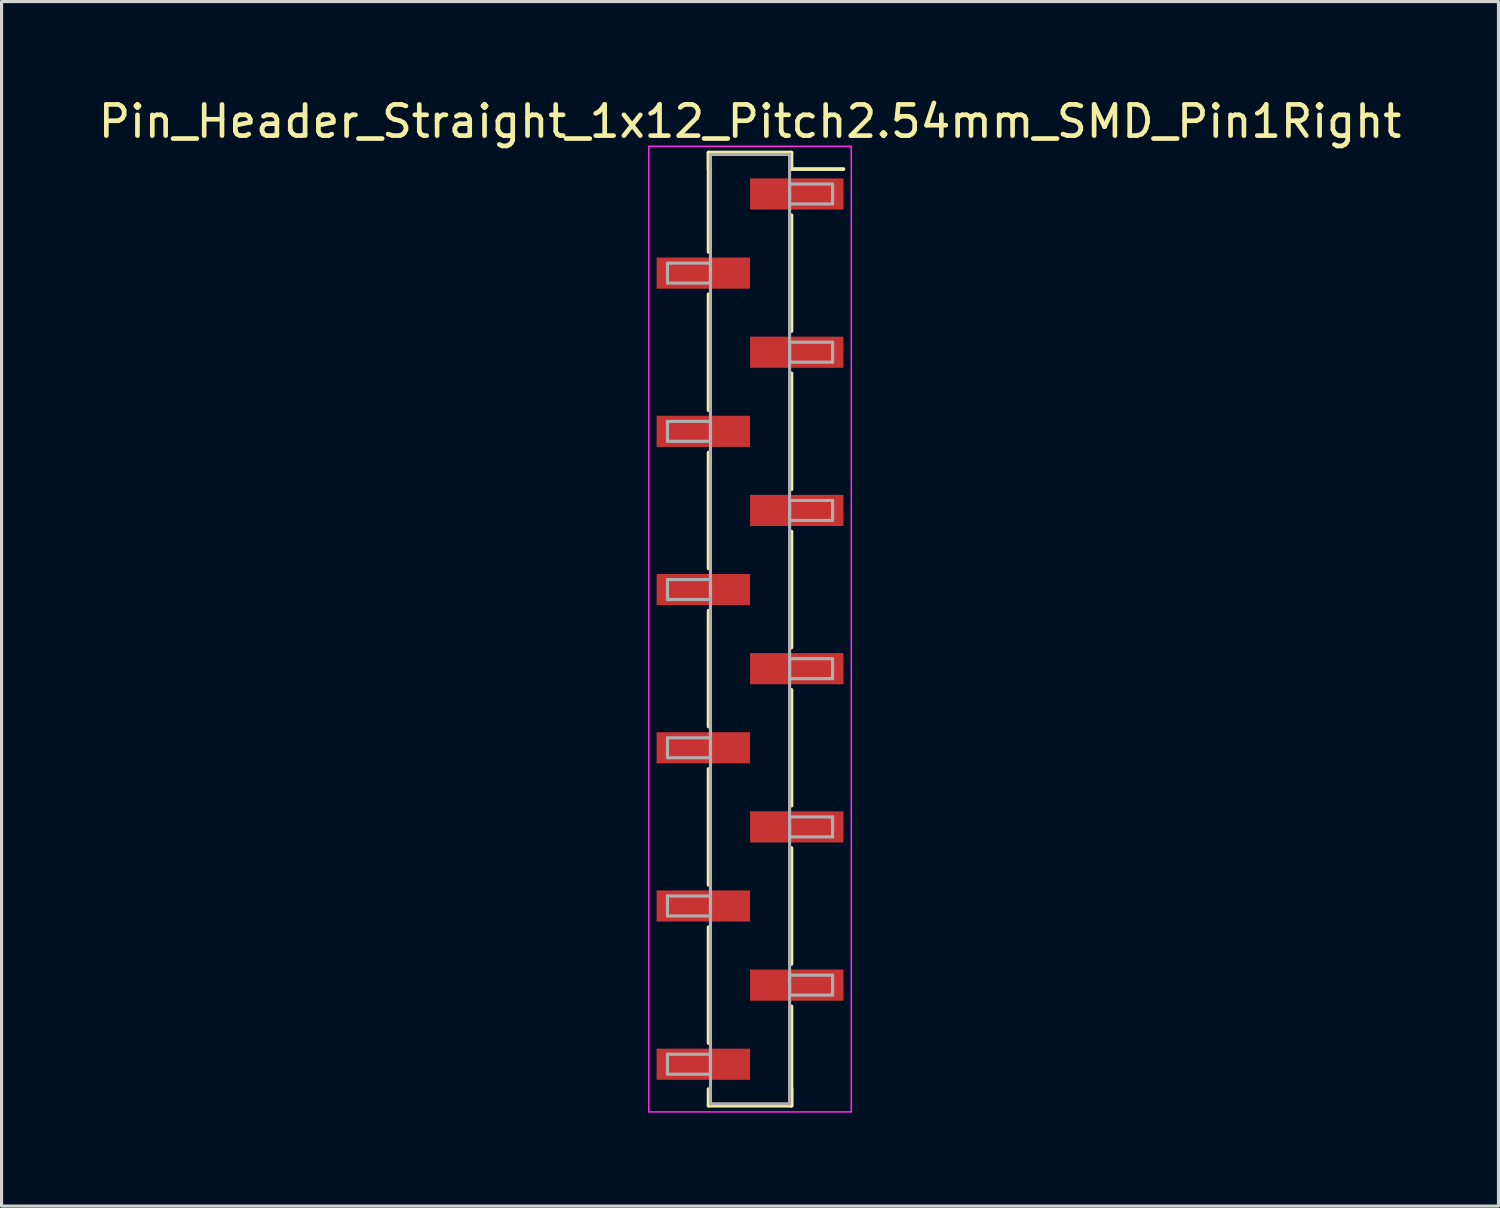
<source format=kicad_pcb>
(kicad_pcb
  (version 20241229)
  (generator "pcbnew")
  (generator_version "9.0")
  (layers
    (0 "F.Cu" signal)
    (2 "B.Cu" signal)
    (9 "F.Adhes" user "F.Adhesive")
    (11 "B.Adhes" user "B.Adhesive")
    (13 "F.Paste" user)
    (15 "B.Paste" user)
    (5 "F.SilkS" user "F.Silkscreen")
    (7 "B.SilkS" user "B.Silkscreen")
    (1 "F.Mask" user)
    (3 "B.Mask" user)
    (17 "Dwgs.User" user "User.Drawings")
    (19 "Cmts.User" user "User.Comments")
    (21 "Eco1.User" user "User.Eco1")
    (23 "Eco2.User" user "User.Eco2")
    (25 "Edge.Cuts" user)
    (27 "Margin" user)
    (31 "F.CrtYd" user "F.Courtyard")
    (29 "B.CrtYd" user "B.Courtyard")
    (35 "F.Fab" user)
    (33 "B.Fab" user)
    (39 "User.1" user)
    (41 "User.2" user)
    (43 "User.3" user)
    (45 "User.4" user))
  (footprint "Pin_Header_Straight_1x12_Pitch2.54mm_SMD_Pin1Right"
    (layer "F.Cu")
    (at 21.03 17.148)
    (property "Reference" "Pin_Header_Straight_1x12_Pitch2.54mm_SMD_Pin1Right" (at 0 -16.3 0) (layer "F.SilkS") (effects (font (size 1 1) (thickness 0.15))))
    (attr smd)
    (fp_line (start -1.33 -15.3) (end -1.33 -12.11) (stroke (width 0.12) (type solid)) (layer "F.SilkS"))
    (fp_line (start -1.33 -15.3) (end 1.33 -15.3) (stroke (width 0.12) (type solid)) (layer "F.SilkS"))
    (fp_line (start -1.33 -14.77) (end -1.33 -15.3) (stroke (width 0.12) (type solid)) (layer "F.SilkS"))
    (fp_line (start -1.33 -10.75) (end -1.33 -7.03) (stroke (width 0.12) (type solid)) (layer "F.SilkS"))
    (fp_line (start -1.33 -5.67) (end -1.33 -1.95) (stroke (width 0.12) (type solid)) (layer "F.SilkS"))
    (fp_line (start -1.33 -0.59) (end -1.33 3.13) (stroke (width 0.12) (type solid)) (layer "F.SilkS"))
    (fp_line (start -1.33 4.49) (end -1.33 8.21) (stroke (width 0.12) (type solid)) (layer "F.SilkS"))
    (fp_line (start -1.33 9.57) (end -1.33 13.29) (stroke (width 0.12) (type solid)) (layer "F.SilkS"))
    (fp_line (start -1.33 14.77) (end -1.33 15.3) (stroke (width 0.12) (type solid)) (layer "F.SilkS"))
    (fp_line (start -1.33 15.3) (end 1.33 15.3) (stroke (width 0.12) (type solid)) (layer "F.SilkS"))
    (fp_line (start 1.33 -15.3) (end 1.33 -14.77) (stroke (width 0.12) (type solid)) (layer "F.SilkS"))
    (fp_line (start 1.33 -14.77) (end 3 -14.77) (stroke (width 0.12) (type solid)) (layer "F.SilkS"))
    (fp_line (start 1.33 -13.29) (end 1.33 -9.57) (stroke (width 0.12) (type solid)) (layer "F.SilkS"))
    (fp_line (start 1.33 -8.21) (end 1.33 -4.49) (stroke (width 0.12) (type solid)) (layer "F.SilkS"))
    (fp_line (start 1.33 -3.13) (end 1.33 0.59) (stroke (width 0.12) (type solid)) (layer "F.SilkS"))
    (fp_line (start 1.33 1.95) (end 1.33 5.67) (stroke (width 0.12) (type solid)) (layer "F.SilkS"))
    (fp_line (start 1.33 7.03) (end 1.33 10.75) (stroke (width 0.12) (type solid)) (layer "F.SilkS"))
    (fp_line (start 1.33 12.11) (end 1.33 15.3) (stroke (width 0.12) (type solid)) (layer "F.SilkS"))
    (fp_line (start 1.33 15.3) (end 1.33 14.77) (stroke (width 0.12) (type solid)) (layer "F.SilkS"))
    (fp_line (start -3.25 -15.5) (end -3.25 15.5) (stroke (width 0.05) (type solid)) (layer "F.CrtYd"))
    (fp_line (start -3.25 15.5) (end 3.25 15.5) (stroke (width 0.05) (type solid)) (layer "F.CrtYd"))
    (fp_line (start 3.25 -15.5) (end -3.25 -15.5) (stroke (width 0.05) (type solid)) (layer "F.CrtYd"))
    (fp_line (start 3.25 15.5) (end 3.25 -15.5) (stroke (width 0.05) (type solid)) (layer "F.CrtYd"))
    (fp_line (start -2.65 -11.75) (end -1.27 -11.75) (stroke (width 0.1) (type solid)) (layer "F.Fab"))
    (fp_line (start -2.65 -11.11) (end -2.65 -11.75) (stroke (width 0.1) (type solid)) (layer "F.Fab"))
    (fp_line (start -2.65 -6.67) (end -1.27 -6.67) (stroke (width 0.1) (type solid)) (layer "F.Fab"))
    (fp_line (start -2.65 -6.03) (end -2.65 -6.67) (stroke (width 0.1) (type solid)) (layer "F.Fab"))
    (fp_line (start -2.65 -1.59) (end -1.27 -1.59) (stroke (width 0.1) (type solid)) (layer "F.Fab"))
    (fp_line (start -2.65 -0.95) (end -2.65 -1.59) (stroke (width 0.1) (type solid)) (layer "F.Fab"))
    (fp_line (start -2.65 3.49) (end -1.27 3.49) (stroke (width 0.1) (type solid)) (layer "F.Fab"))
    (fp_line (start -2.65 4.13) (end -2.65 3.49) (stroke (width 0.1) (type solid)) (layer "F.Fab"))
    (fp_line (start -2.65 8.57) (end -1.27 8.57) (stroke (width 0.1) (type solid)) (layer "F.Fab"))
    (fp_line (start -2.65 9.21) (end -2.65 8.57) (stroke (width 0.1) (type solid)) (layer "F.Fab"))
    (fp_line (start -2.65 13.65) (end -1.27 13.65) (stroke (width 0.1) (type solid)) (layer "F.Fab"))
    (fp_line (start -2.65 14.29) (end -2.65 13.65) (stroke (width 0.1) (type solid)) (layer "F.Fab"))
    (fp_line (start -1.27 -15.24) (end -1.27 15.24) (stroke (width 0.1) (type solid)) (layer "F.Fab"))
    (fp_line (start -1.27 -11.75) (end -1.27 -11.11) (stroke (width 0.1) (type solid)) (layer "F.Fab"))
    (fp_line (start -1.27 -11.11) (end -2.65 -11.11) (stroke (width 0.1) (type solid)) (layer "F.Fab"))
    (fp_line (start -1.27 -6.67) (end -1.27 -6.03) (stroke (width 0.1) (type solid)) (layer "F.Fab"))
    (fp_line (start -1.27 -6.03) (end -2.65 -6.03) (stroke (width 0.1) (type solid)) (layer "F.Fab"))
    (fp_line (start -1.27 -1.59) (end -1.27 -0.95) (stroke (width 0.1) (type solid)) (layer "F.Fab"))
    (fp_line (start -1.27 -0.95) (end -2.65 -0.95) (stroke (width 0.1) (type solid)) (layer "F.Fab"))
    (fp_line (start -1.27 3.49) (end -1.27 4.13) (stroke (width 0.1) (type solid)) (layer "F.Fab"))
    (fp_line (start -1.27 4.13) (end -2.65 4.13) (stroke (width 0.1) (type solid)) (layer "F.Fab"))
    (fp_line (start -1.27 8.57) (end -1.27 9.21) (stroke (width 0.1) (type solid)) (layer "F.Fab"))
    (fp_line (start -1.27 9.21) (end -2.65 9.21) (stroke (width 0.1) (type solid)) (layer "F.Fab"))
    (fp_line (start -1.27 13.65) (end -1.27 14.29) (stroke (width 0.1) (type solid)) (layer "F.Fab"))
    (fp_line (start -1.27 14.29) (end -2.65 14.29) (stroke (width 0.1) (type solid)) (layer "F.Fab"))
    (fp_line (start -1.27 15.24) (end 1.27 15.24) (stroke (width 0.1) (type solid)) (layer "F.Fab"))
    (fp_line (start 1.27 -15.24) (end -1.27 -15.24) (stroke (width 0.1) (type solid)) (layer "F.Fab"))
    (fp_line (start 1.27 -14.29) (end 1.27 -13.65) (stroke (width 0.1) (type solid)) (layer "F.Fab"))
    (fp_line (start 1.27 -13.65) (end 2.65 -13.65) (stroke (width 0.1) (type solid)) (layer "F.Fab"))
    (fp_line (start 1.27 -9.21) (end 1.27 -8.57) (stroke (width 0.1) (type solid)) (layer "F.Fab"))
    (fp_line (start 1.27 -8.57) (end 2.65 -8.57) (stroke (width 0.1) (type solid)) (layer "F.Fab"))
    (fp_line (start 1.27 -4.13) (end 1.27 -3.49) (stroke (width 0.1) (type solid)) (layer "F.Fab"))
    (fp_line (start 1.27 -3.49) (end 2.65 -3.49) (stroke (width 0.1) (type solid)) (layer "F.Fab"))
    (fp_line (start 1.27 0.95) (end 1.27 1.59) (stroke (width 0.1) (type solid)) (layer "F.Fab"))
    (fp_line (start 1.27 1.59) (end 2.65 1.59) (stroke (width 0.1) (type solid)) (layer "F.Fab"))
    (fp_line (start 1.27 6.03) (end 1.27 6.67) (stroke (width 0.1) (type solid)) (layer "F.Fab"))
    (fp_line (start 1.27 6.67) (end 2.65 6.67) (stroke (width 0.1) (type solid)) (layer "F.Fab"))
    (fp_line (start 1.27 11.11) (end 1.27 11.75) (stroke (width 0.1) (type solid)) (layer "F.Fab"))
    (fp_line (start 1.27 11.75) (end 2.65 11.75) (stroke (width 0.1) (type solid)) (layer "F.Fab"))
    (fp_line (start 1.27 15.24) (end 1.27 -15.24) (stroke (width 0.1) (type solid)) (layer "F.Fab"))
    (fp_line (start 2.65 -14.29) (end 1.27 -14.29) (stroke (width 0.1) (type solid)) (layer "F.Fab"))
    (fp_line (start 2.65 -13.65) (end 2.65 -14.29) (stroke (width 0.1) (type solid)) (layer "F.Fab"))
    (fp_line (start 2.65 -9.21) (end 1.27 -9.21) (stroke (width 0.1) (type solid)) (layer "F.Fab"))
    (fp_line (start 2.65 -8.57) (end 2.65 -9.21) (stroke (width 0.1) (type solid)) (layer "F.Fab"))
    (fp_line (start 2.65 -4.13) (end 1.27 -4.13) (stroke (width 0.1) (type solid)) (layer "F.Fab"))
    (fp_line (start 2.65 -3.49) (end 2.65 -4.13) (stroke (width 0.1) (type solid)) (layer "F.Fab"))
    (fp_line (start 2.65 0.95) (end 1.27 0.95) (stroke (width 0.1) (type solid)) (layer "F.Fab"))
    (fp_line (start 2.65 1.59) (end 2.65 0.95) (stroke (width 0.1) (type solid)) (layer "F.Fab"))
    (fp_line (start 2.65 6.03) (end 1.27 6.03) (stroke (width 0.1) (type solid)) (layer "F.Fab"))
    (fp_line (start 2.65 6.67) (end 2.65 6.03) (stroke (width 0.1) (type solid)) (layer "F.Fab"))
    (fp_line (start 2.65 11.11) (end 1.27 11.11) (stroke (width 0.1) (type solid)) (layer "F.Fab"))
    (fp_line (start 2.65 11.75) (end 2.65 11.11) (stroke (width 0.1) (type solid)) (layer "F.Fab"))
    (pad "1" smd rect (at 1.5 -13.97) (size 3 1) (layers "F.Cu" "F.Mask"))
    (pad "2" smd rect (at -1.5 -11.43) (size 3 1) (layers "F.Cu" "F.Mask"))
    (pad "3" smd rect (at 1.5 -8.89) (size 3 1) (layers "F.Cu" "F.Mask"))
    (pad "4" smd rect (at -1.5 -6.35) (size 3 1) (layers "F.Cu" "F.Mask"))
    (pad "5" smd rect (at 1.5 -3.81) (size 3 1) (layers "F.Cu" "F.Mask"))
    (pad "6" smd rect (at -1.5 -1.27) (size 3 1) (layers "F.Cu" "F.Mask"))
    (pad "7" smd rect (at 1.5 1.27) (size 3 1) (layers "F.Cu" "F.Mask"))
    (pad "8" smd rect (at -1.5 3.81) (size 3 1) (layers "F.Cu" "F.Mask"))
    (pad "9" smd rect (at 1.5 6.35) (size 3 1) (layers "F.Cu" "F.Mask"))
    (pad "10" smd rect (at -1.5 8.89) (size 3 1) (layers "F.Cu" "F.Mask"))
    (pad "11" smd rect (at 1.5 11.43) (size 3 1) (layers "F.Cu" "F.Mask"))
    (pad "12" smd rect (at -1.5 13.97) (size 3 1) (layers "F.Cu" "F.Mask")))
  (gr_rect
    (start -3 -3)
    (end 45.06 35.673)
    (stroke (width 0.1) (type default))
    (fill no)
    (layer "Edge.Cuts")))
</source>
